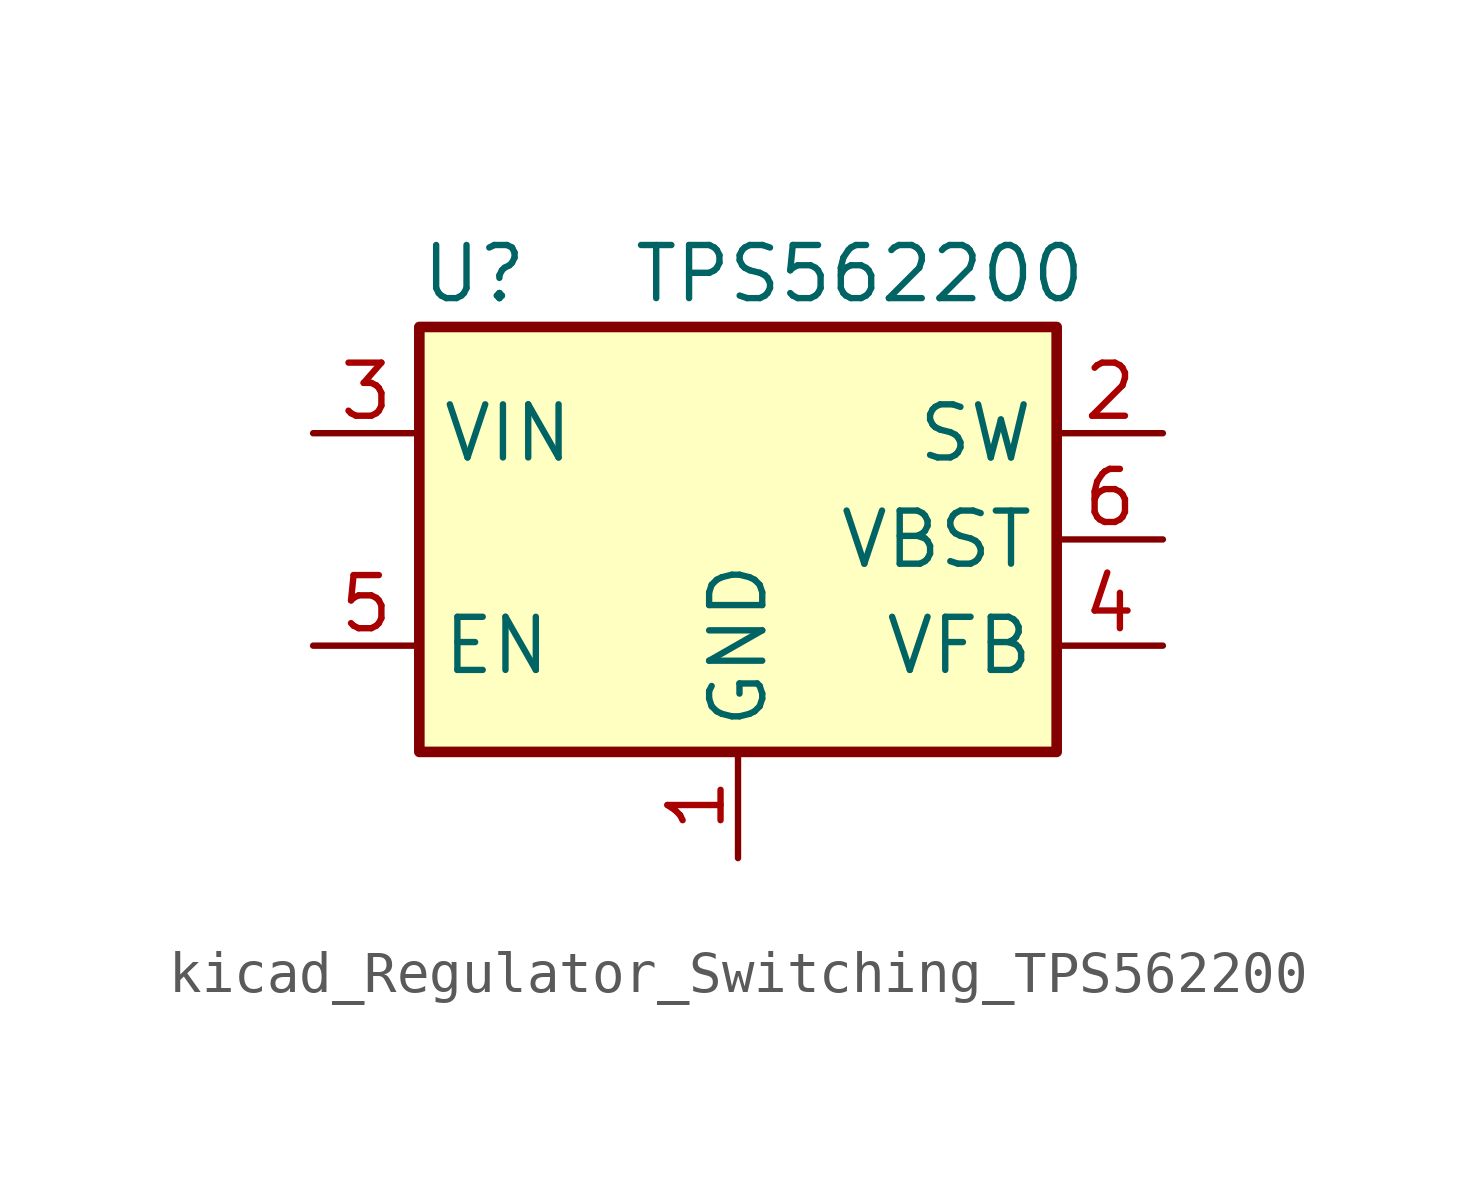
<source format=kicad_sym>
(kicad_symbol_lib
  (version 20220914)
  (generator kicad_symbol_editor)
  (symbol "kicad_Regulator_Switching_TPS562200"
    (property "Reference" "U"
      (at -7.62 6.35 0)
      (effects (font (size 1.27 1.27)) (justify left)))
    (property "Value" "TPS562200"
      (at -2.54 6.35 0)
      (effects (font (size 1.27 1.27)) (justify left)))
    (symbol "kicad_Regulator_Switching_TPS562200_0_1"
      (rectangle (start -7.62 5.08) (end 7.62 -5.08) (stroke (width 0.254) (type default)) (fill (type background))))
    (symbol "kicad_Regulator_Switching_TPS562200_1_1"
      (pin power_in line (at 0 -7.62 90) (length 2.54) (name "GND" (effects (font (size 1.27 1.27)))) (number "1" (effects (font (size 1.27 1.27)))))
      (pin output line (at 10.16 2.54 180) (length 2.54) (name "SW" (effects (font (size 1.27 1.27)))) (number "2" (effects (font (size 1.27 1.27)))))
      (pin power_in line (at -10.16 2.54 0) (length 2.54) (name "VIN" (effects (font (size 1.27 1.27)))) (number "3" (effects (font (size 1.27 1.27)))))
      (pin input line (at 10.16 -2.54 180) (length 2.54) (name "VFB" (effects (font (size 1.27 1.27)))) (number "4" (effects (font (size 1.27 1.27)))))
      (pin input line (at -10.16 -2.54 0) (length 2.54) (name "EN" (effects (font (size 1.27 1.27)))) (number "5" (effects (font (size 1.27 1.27)))))
      (pin passive line (at 10.16 0 180) (length 2.54) (name "VBST" (effects (font (size 1.27 1.27)))) (number "6" (effects (font (size 1.27 1.27))))))))
</source>
